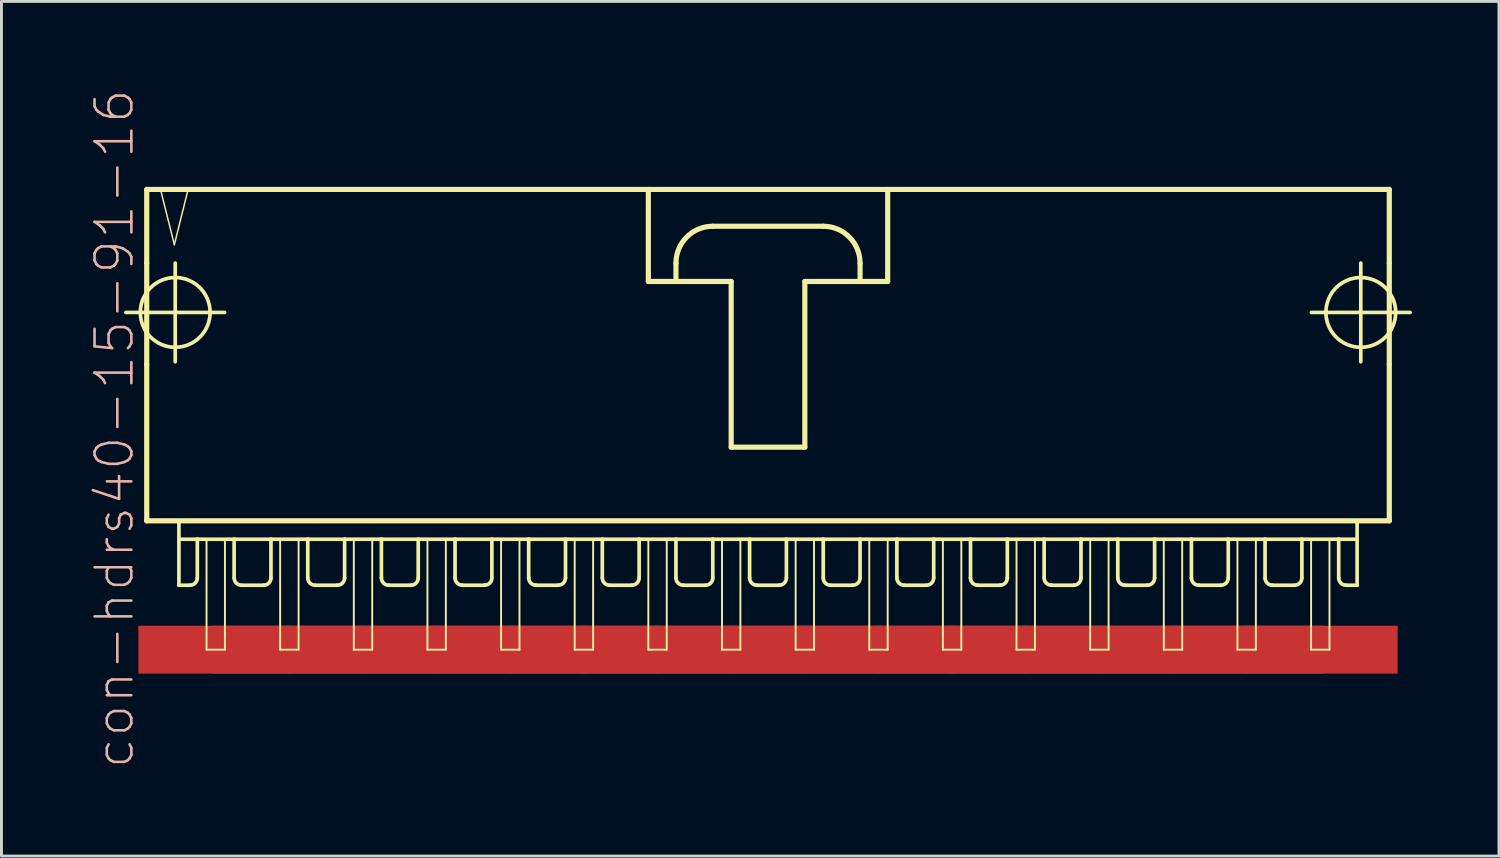
<source format=kicad_pcb>
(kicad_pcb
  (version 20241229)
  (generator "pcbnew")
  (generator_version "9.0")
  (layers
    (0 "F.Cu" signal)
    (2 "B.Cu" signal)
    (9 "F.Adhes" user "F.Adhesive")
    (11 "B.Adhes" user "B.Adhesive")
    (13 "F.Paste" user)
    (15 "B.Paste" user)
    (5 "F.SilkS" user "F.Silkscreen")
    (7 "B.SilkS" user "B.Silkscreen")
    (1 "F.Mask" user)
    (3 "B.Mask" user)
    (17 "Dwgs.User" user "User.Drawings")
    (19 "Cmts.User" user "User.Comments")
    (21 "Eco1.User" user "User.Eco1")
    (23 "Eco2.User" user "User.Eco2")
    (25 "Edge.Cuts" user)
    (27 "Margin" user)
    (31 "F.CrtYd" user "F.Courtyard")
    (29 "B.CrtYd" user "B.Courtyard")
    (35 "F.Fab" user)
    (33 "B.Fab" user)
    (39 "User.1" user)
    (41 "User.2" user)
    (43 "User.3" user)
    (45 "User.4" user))
  (footprint "con-hdrs40-15-91-16"
    (layer "F.Cu")
    (at 23.441 8.564)
    (property "Reference" "con-hdrs40-15-91-16" (at -22.543 3.175 90) (layer "B.SilkS") (effects (font (size 1.27 1.27) (thickness 0.089))))
    (attr smd)
    (fp_line (start -22.149 -0.838) (end -18.745 -0.838) (stroke (width 0.127) (type solid)) (layer "F.SilkS"))
    (fp_line (start -21.43 -5.08) (end -21.43 -2.54) (stroke (width 0.178) (type solid)) (layer "F.SilkS"))
    (fp_line (start -21.43 -2.54) (end -21.43 0.953) (stroke (width 0.178) (type solid)) (layer "F.SilkS"))
    (fp_line (start -21.43 0.953) (end -21.43 6.35) (stroke (width 0.178) (type solid)) (layer "F.SilkS"))
    (fp_line (start -21.43 6.35) (end 21.43 6.35) (stroke (width 0.178) (type solid)) (layer "F.SilkS"))
    (fp_line (start -20.955 -5.08) (end -20.477 -3.175) (stroke (width 0.051) (type solid)) (layer "F.SilkS"))
    (fp_line (start -20.477 -3.175) (end -20.003 -5.08) (stroke (width 0.051) (type solid)) (layer "F.SilkS"))
    (fp_line (start -20.447 0.864) (end -20.447 -2.54) (stroke (width 0.127) (type solid)) (layer "F.SilkS"))
    (fp_line (start -20.32 6.35) (end -20.32 8.572) (stroke (width 0.127) (type solid)) (layer "F.SilkS"))
    (fp_line (start -20.32 6.985) (end -19.685 6.985) (stroke (width 0.127) (type solid)) (layer "F.SilkS"))
    (fp_line (start -20.003 -5.08) (end -20.955 -5.08) (stroke (width 0.051) (type solid)) (layer "F.SilkS"))
    (fp_line (start -19.939 8.572) (end -20.32 8.572) (stroke (width 0.127) (type solid)) (layer "F.SilkS"))
    (fp_line (start -19.685 6.985) (end -19.685 8.319) (stroke (width 0.127) (type solid)) (layer "F.SilkS"))
    (fp_line (start -19.685 6.985) (end -18.415 6.985) (stroke (width 0.127) (type solid)) (layer "F.SilkS"))
    (fp_line (start -19.367 6.985) (end -18.733 6.985) (stroke (width 0.066) (type solid)) (layer "F.SilkS"))
    (fp_line (start -19.367 10.795) (end -19.367 6.985) (stroke (width 0.066) (type solid)) (layer "F.SilkS"))
    (fp_line (start -19.367 10.795) (end -18.733 10.795) (stroke (width 0.066) (type solid)) (layer "F.SilkS"))
    (fp_line (start -18.733 10.795) (end -18.733 6.985) (stroke (width 0.066) (type solid)) (layer "F.SilkS"))
    (fp_line (start -18.415 6.985) (end -18.415 8.319) (stroke (width 0.127) (type solid)) (layer "F.SilkS"))
    (fp_line (start -18.415 6.985) (end -17.145 6.985) (stroke (width 0.127) (type solid)) (layer "F.SilkS"))
    (fp_line (start -17.399 8.572) (end -18.161 8.572) (stroke (width 0.127) (type solid)) (layer "F.SilkS"))
    (fp_line (start -17.145 6.985) (end -17.145 8.319) (stroke (width 0.127) (type solid)) (layer "F.SilkS"))
    (fp_line (start -17.145 6.985) (end -15.875 6.985) (stroke (width 0.127) (type solid)) (layer "F.SilkS"))
    (fp_line (start -16.828 6.985) (end -16.192 6.985) (stroke (width 0.066) (type solid)) (layer "F.SilkS"))
    (fp_line (start -16.828 10.795) (end -16.828 6.985) (stroke (width 0.066) (type solid)) (layer "F.SilkS"))
    (fp_line (start -16.828 10.795) (end -16.192 10.795) (stroke (width 0.066) (type solid)) (layer "F.SilkS"))
    (fp_line (start -16.192 10.795) (end -16.192 6.985) (stroke (width 0.066) (type solid)) (layer "F.SilkS"))
    (fp_line (start -15.875 6.985) (end -15.875 8.319) (stroke (width 0.127) (type solid)) (layer "F.SilkS"))
    (fp_line (start -15.875 6.985) (end -14.605 6.985) (stroke (width 0.127) (type solid)) (layer "F.SilkS"))
    (fp_line (start -14.859 8.572) (end -15.621 8.572) (stroke (width 0.127) (type solid)) (layer "F.SilkS"))
    (fp_line (start -14.605 6.985) (end -14.605 8.319) (stroke (width 0.127) (type solid)) (layer "F.SilkS"))
    (fp_line (start -14.605 6.985) (end -13.335 6.985) (stroke (width 0.127) (type solid)) (layer "F.SilkS"))
    (fp_line (start -14.287 6.985) (end -13.652 6.985) (stroke (width 0.066) (type solid)) (layer "F.SilkS"))
    (fp_line (start -14.287 10.795) (end -14.287 6.985) (stroke (width 0.066) (type solid)) (layer "F.SilkS"))
    (fp_line (start -14.287 10.795) (end -13.652 10.795) (stroke (width 0.066) (type solid)) (layer "F.SilkS"))
    (fp_line (start -13.652 10.795) (end -13.652 6.985) (stroke (width 0.066) (type solid)) (layer "F.SilkS"))
    (fp_line (start -13.335 6.985) (end -13.335 8.319) (stroke (width 0.127) (type solid)) (layer "F.SilkS"))
    (fp_line (start -13.335 6.985) (end -12.065 6.985) (stroke (width 0.127) (type solid)) (layer "F.SilkS"))
    (fp_line (start -12.319 8.572) (end -13.081 8.572) (stroke (width 0.127) (type solid)) (layer "F.SilkS"))
    (fp_line (start -12.065 6.985) (end -12.065 8.319) (stroke (width 0.127) (type solid)) (layer "F.SilkS"))
    (fp_line (start -12.065 6.985) (end -10.795 6.985) (stroke (width 0.127) (type solid)) (layer "F.SilkS"))
    (fp_line (start -11.748 6.985) (end -11.113 6.985) (stroke (width 0.066) (type solid)) (layer "F.SilkS"))
    (fp_line (start -11.748 10.795) (end -11.748 6.985) (stroke (width 0.066) (type solid)) (layer "F.SilkS"))
    (fp_line (start -11.748 10.795) (end -11.113 10.795) (stroke (width 0.066) (type solid)) (layer "F.SilkS"))
    (fp_line (start -11.113 10.795) (end -11.113 6.985) (stroke (width 0.066) (type solid)) (layer "F.SilkS"))
    (fp_line (start -10.795 6.985) (end -10.795 8.319) (stroke (width 0.127) (type solid)) (layer "F.SilkS"))
    (fp_line (start -10.795 6.985) (end -9.525 6.985) (stroke (width 0.127) (type solid)) (layer "F.SilkS"))
    (fp_line (start -9.779 8.572) (end -10.541 8.572) (stroke (width 0.127) (type solid)) (layer "F.SilkS"))
    (fp_line (start -9.525 6.985) (end -9.525 8.319) (stroke (width 0.127) (type solid)) (layer "F.SilkS"))
    (fp_line (start -9.525 6.985) (end -8.255 6.985) (stroke (width 0.127) (type solid)) (layer "F.SilkS"))
    (fp_line (start -9.207 6.985) (end -8.572 6.985) (stroke (width 0.066) (type solid)) (layer "F.SilkS"))
    (fp_line (start -9.207 10.795) (end -9.207 6.985) (stroke (width 0.066) (type solid)) (layer "F.SilkS"))
    (fp_line (start -9.207 10.795) (end -8.572 10.795) (stroke (width 0.066) (type solid)) (layer "F.SilkS"))
    (fp_line (start -8.572 10.795) (end -8.572 6.985) (stroke (width 0.066) (type solid)) (layer "F.SilkS"))
    (fp_line (start -8.255 6.985) (end -8.255 8.319) (stroke (width 0.127) (type solid)) (layer "F.SilkS"))
    (fp_line (start -8.255 6.985) (end -6.985 6.985) (stroke (width 0.127) (type solid)) (layer "F.SilkS"))
    (fp_line (start -7.236 8.572) (end -8.001 8.572) (stroke (width 0.127) (type solid)) (layer "F.SilkS"))
    (fp_line (start -6.985 6.985) (end -6.985 8.319) (stroke (width 0.127) (type solid)) (layer "F.SilkS"))
    (fp_line (start -6.985 6.985) (end -5.715 6.985) (stroke (width 0.127) (type solid)) (layer "F.SilkS"))
    (fp_line (start -6.668 6.985) (end -6.032 6.985) (stroke (width 0.066) (type solid)) (layer "F.SilkS"))
    (fp_line (start -6.668 10.795) (end -6.668 6.985) (stroke (width 0.066) (type solid)) (layer "F.SilkS"))
    (fp_line (start -6.668 10.795) (end -6.032 10.795) (stroke (width 0.066) (type solid)) (layer "F.SilkS"))
    (fp_line (start -6.032 10.795) (end -6.032 6.985) (stroke (width 0.066) (type solid)) (layer "F.SilkS"))
    (fp_line (start -5.715 6.985) (end -5.715 8.319) (stroke (width 0.127) (type solid)) (layer "F.SilkS"))
    (fp_line (start -5.715 6.985) (end -4.445 6.985) (stroke (width 0.127) (type solid)) (layer "F.SilkS"))
    (fp_line (start -4.699 8.572) (end -5.461 8.572) (stroke (width 0.127) (type solid)) (layer "F.SilkS"))
    (fp_line (start -4.445 6.985) (end -4.445 8.319) (stroke (width 0.127) (type solid)) (layer "F.SilkS"))
    (fp_line (start -4.445 6.985) (end -3.175 6.985) (stroke (width 0.127) (type solid)) (layer "F.SilkS"))
    (fp_line (start -4.128 -5.08) (end -4.128 -1.905) (stroke (width 0.178) (type solid)) (layer "F.SilkS"))
    (fp_line (start -4.128 -1.905) (end -3.175 -1.905) (stroke (width 0.178) (type solid)) (layer "F.SilkS"))
    (fp_line (start -4.128 6.985) (end -3.493 6.985) (stroke (width 0.066) (type solid)) (layer "F.SilkS"))
    (fp_line (start -4.128 10.795) (end -4.128 6.985) (stroke (width 0.066) (type solid)) (layer "F.SilkS"))
    (fp_line (start -4.128 10.795) (end -3.493 10.795) (stroke (width 0.066) (type solid)) (layer "F.SilkS"))
    (fp_line (start -3.493 10.795) (end -3.493 6.985) (stroke (width 0.066) (type solid)) (layer "F.SilkS"))
    (fp_line (start -3.175 -1.905) (end -3.175 -2.54) (stroke (width 0.178) (type solid)) (layer "F.SilkS"))
    (fp_line (start -3.175 -1.905) (end -1.27 -1.905) (stroke (width 0.178) (type solid)) (layer "F.SilkS"))
    (fp_line (start -3.175 6.985) (end -3.175 8.319) (stroke (width 0.127) (type solid)) (layer "F.SilkS"))
    (fp_line (start -3.175 6.985) (end -1.905 6.985) (stroke (width 0.127) (type solid)) (layer "F.SilkS"))
    (fp_line (start -2.159 8.572) (end -2.921 8.572) (stroke (width 0.127) (type solid)) (layer "F.SilkS"))
    (fp_line (start -1.905 -3.81) (end 1.905 -3.81) (stroke (width 0.178) (type solid)) (layer "F.SilkS"))
    (fp_line (start -1.905 6.985) (end -1.905 8.319) (stroke (width 0.127) (type solid)) (layer "F.SilkS"))
    (fp_line (start -1.905 6.985) (end -0.635 6.985) (stroke (width 0.127) (type solid)) (layer "F.SilkS"))
    (fp_line (start -1.587 6.985) (end -0.953 6.985) (stroke (width 0.066) (type solid)) (layer "F.SilkS"))
    (fp_line (start -1.587 10.795) (end -1.587 6.985) (stroke (width 0.066) (type solid)) (layer "F.SilkS"))
    (fp_line (start -1.587 10.795) (end -0.953 10.795) (stroke (width 0.066) (type solid)) (layer "F.SilkS"))
    (fp_line (start -1.27 -1.905) (end -1.27 3.81) (stroke (width 0.178) (type solid)) (layer "F.SilkS"))
    (fp_line (start -1.27 3.81) (end 1.27 3.81) (stroke (width 0.178) (type solid)) (layer "F.SilkS"))
    (fp_line (start -0.953 10.795) (end -0.953 6.985) (stroke (width 0.066) (type solid)) (layer "F.SilkS"))
    (fp_line (start -0.635 6.985) (end -0.635 8.319) (stroke (width 0.127) (type solid)) (layer "F.SilkS"))
    (fp_line (start -0.635 6.985) (end 0.635 6.985) (stroke (width 0.127) (type solid)) (layer "F.SilkS"))
    (fp_line (start 0.381 8.572) (end -0.381 8.572) (stroke (width 0.127) (type solid)) (layer "F.SilkS"))
    (fp_line (start 0.635 6.985) (end 0.635 8.319) (stroke (width 0.127) (type solid)) (layer "F.SilkS"))
    (fp_line (start 0.635 6.985) (end 1.905 6.985) (stroke (width 0.127) (type solid)) (layer "F.SilkS"))
    (fp_line (start 0.953 6.985) (end 1.587 6.985) (stroke (width 0.066) (type solid)) (layer "F.SilkS"))
    (fp_line (start 0.953 10.795) (end 0.953 6.985) (stroke (width 0.066) (type solid)) (layer "F.SilkS"))
    (fp_line (start 0.953 10.795) (end 1.587 10.795) (stroke (width 0.066) (type solid)) (layer "F.SilkS"))
    (fp_line (start 1.27 -1.905) (end 3.175 -1.905) (stroke (width 0.178) (type solid)) (layer "F.SilkS"))
    (fp_line (start 1.27 3.81) (end 1.27 -1.905) (stroke (width 0.178) (type solid)) (layer "F.SilkS"))
    (fp_line (start 1.587 10.795) (end 1.587 6.985) (stroke (width 0.066) (type solid)) (layer "F.SilkS"))
    (fp_line (start 1.905 6.985) (end 1.905 8.319) (stroke (width 0.127) (type solid)) (layer "F.SilkS"))
    (fp_line (start 1.905 6.985) (end 3.175 6.985) (stroke (width 0.127) (type solid)) (layer "F.SilkS"))
    (fp_line (start 2.921 8.572) (end 2.159 8.572) (stroke (width 0.127) (type solid)) (layer "F.SilkS"))
    (fp_line (start 3.175 -2.54) (end 3.175 -1.905) (stroke (width 0.178) (type solid)) (layer "F.SilkS"))
    (fp_line (start 3.175 -1.905) (end 4.128 -1.905) (stroke (width 0.178) (type solid)) (layer "F.SilkS"))
    (fp_line (start 3.175 6.985) (end 3.175 8.319) (stroke (width 0.127) (type solid)) (layer "F.SilkS"))
    (fp_line (start 3.175 6.985) (end 4.445 6.985) (stroke (width 0.127) (type solid)) (layer "F.SilkS"))
    (fp_line (start 3.493 6.985) (end 4.128 6.985) (stroke (width 0.066) (type solid)) (layer "F.SilkS"))
    (fp_line (start 3.493 10.795) (end 3.493 6.985) (stroke (width 0.066) (type solid)) (layer "F.SilkS"))
    (fp_line (start 3.493 10.795) (end 4.128 10.795) (stroke (width 0.066) (type solid)) (layer "F.SilkS"))
    (fp_line (start 4.128 -1.905) (end 4.128 -5.08) (stroke (width 0.178) (type solid)) (layer "F.SilkS"))
    (fp_line (start 4.128 10.795) (end 4.128 6.985) (stroke (width 0.066) (type solid)) (layer "F.SilkS"))
    (fp_line (start 4.445 6.985) (end 4.445 8.319) (stroke (width 0.127) (type solid)) (layer "F.SilkS"))
    (fp_line (start 4.445 6.985) (end 5.715 6.985) (stroke (width 0.127) (type solid)) (layer "F.SilkS"))
    (fp_line (start 5.461 8.572) (end 4.699 8.572) (stroke (width 0.127) (type solid)) (layer "F.SilkS"))
    (fp_line (start 5.715 6.985) (end 5.715 8.319) (stroke (width 0.127) (type solid)) (layer "F.SilkS"))
    (fp_line (start 5.715 6.985) (end 6.985 6.985) (stroke (width 0.127) (type solid)) (layer "F.SilkS"))
    (fp_line (start 6.032 6.985) (end 6.668 6.985) (stroke (width 0.066) (type solid)) (layer "F.SilkS"))
    (fp_line (start 6.032 10.795) (end 6.032 6.985) (stroke (width 0.066) (type solid)) (layer "F.SilkS"))
    (fp_line (start 6.032 10.795) (end 6.668 10.795) (stroke (width 0.066) (type solid)) (layer "F.SilkS"))
    (fp_line (start 6.668 10.795) (end 6.668 6.985) (stroke (width 0.066) (type solid)) (layer "F.SilkS"))
    (fp_line (start 6.985 6.985) (end 6.985 8.319) (stroke (width 0.127) (type solid)) (layer "F.SilkS"))
    (fp_line (start 6.985 6.985) (end 8.255 6.985) (stroke (width 0.127) (type solid)) (layer "F.SilkS"))
    (fp_line (start 7.236 8.572) (end 8.001 8.572) (stroke (width 0.127) (type solid)) (layer "F.SilkS"))
    (fp_line (start 8.255 6.985) (end 9.525 6.985) (stroke (width 0.127) (type solid)) (layer "F.SilkS"))
    (fp_line (start 8.255 8.319) (end 8.255 6.985) (stroke (width 0.127) (type solid)) (layer "F.SilkS"))
    (fp_line (start 8.572 6.985) (end 9.207 6.985) (stroke (width 0.066) (type solid)) (layer "F.SilkS"))
    (fp_line (start 8.572 10.795) (end 8.572 6.985) (stroke (width 0.066) (type solid)) (layer "F.SilkS"))
    (fp_line (start 8.572 10.795) (end 9.207 10.795) (stroke (width 0.066) (type solid)) (layer "F.SilkS"))
    (fp_line (start 9.207 10.795) (end 9.207 6.985) (stroke (width 0.066) (type solid)) (layer "F.SilkS"))
    (fp_line (start 9.525 6.985) (end 9.525 8.319) (stroke (width 0.127) (type solid)) (layer "F.SilkS"))
    (fp_line (start 9.525 6.985) (end 10.795 6.985) (stroke (width 0.127) (type solid)) (layer "F.SilkS"))
    (fp_line (start 9.779 8.572) (end 10.541 8.572) (stroke (width 0.127) (type solid)) (layer "F.SilkS"))
    (fp_line (start 10.795 6.985) (end 12.065 6.985) (stroke (width 0.127) (type solid)) (layer "F.SilkS"))
    (fp_line (start 10.795 8.319) (end 10.795 6.985) (stroke (width 0.127) (type solid)) (layer "F.SilkS"))
    (fp_line (start 11.113 6.985) (end 11.748 6.985) (stroke (width 0.066) (type solid)) (layer "F.SilkS"))
    (fp_line (start 11.113 10.795) (end 11.113 6.985) (stroke (width 0.066) (type solid)) (layer "F.SilkS"))
    (fp_line (start 11.113 10.795) (end 11.748 10.795) (stroke (width 0.066) (type solid)) (layer "F.SilkS"))
    (fp_line (start 11.748 10.795) (end 11.748 6.985) (stroke (width 0.066) (type solid)) (layer "F.SilkS"))
    (fp_line (start 12.065 6.985) (end 12.065 8.319) (stroke (width 0.127) (type solid)) (layer "F.SilkS"))
    (fp_line (start 12.065 6.985) (end 13.335 6.985) (stroke (width 0.127) (type solid)) (layer "F.SilkS"))
    (fp_line (start 12.319 8.572) (end 13.081 8.572) (stroke (width 0.127) (type solid)) (layer "F.SilkS"))
    (fp_line (start 13.335 6.985) (end 14.605 6.985) (stroke (width 0.127) (type solid)) (layer "F.SilkS"))
    (fp_line (start 13.335 8.319) (end 13.335 6.985) (stroke (width 0.127) (type solid)) (layer "F.SilkS"))
    (fp_line (start 13.652 6.985) (end 14.287 6.985) (stroke (width 0.066) (type solid)) (layer "F.SilkS"))
    (fp_line (start 13.652 10.795) (end 13.652 6.985) (stroke (width 0.066) (type solid)) (layer "F.SilkS"))
    (fp_line (start 13.652 10.795) (end 14.287 10.795) (stroke (width 0.066) (type solid)) (layer "F.SilkS"))
    (fp_line (start 14.287 10.795) (end 14.287 6.985) (stroke (width 0.066) (type solid)) (layer "F.SilkS"))
    (fp_line (start 14.605 6.985) (end 14.605 8.319) (stroke (width 0.127) (type solid)) (layer "F.SilkS"))
    (fp_line (start 14.605 6.985) (end 15.875 6.985) (stroke (width 0.127) (type solid)) (layer "F.SilkS"))
    (fp_line (start 14.859 8.572) (end 15.621 8.572) (stroke (width 0.127) (type solid)) (layer "F.SilkS"))
    (fp_line (start 15.875 6.985) (end 17.145 6.985) (stroke (width 0.127) (type solid)) (layer "F.SilkS"))
    (fp_line (start 15.875 8.319) (end 15.875 6.985) (stroke (width 0.127) (type solid)) (layer "F.SilkS"))
    (fp_line (start 16.192 6.985) (end 16.828 6.985) (stroke (width 0.066) (type solid)) (layer "F.SilkS"))
    (fp_line (start 16.192 10.795) (end 16.192 6.985) (stroke (width 0.066) (type solid)) (layer "F.SilkS"))
    (fp_line (start 16.192 10.795) (end 16.828 10.795) (stroke (width 0.066) (type solid)) (layer "F.SilkS"))
    (fp_line (start 16.828 10.795) (end 16.828 6.985) (stroke (width 0.066) (type solid)) (layer "F.SilkS"))
    (fp_line (start 17.145 6.985) (end 17.145 8.319) (stroke (width 0.127) (type solid)) (layer "F.SilkS"))
    (fp_line (start 17.145 6.985) (end 18.415 6.985) (stroke (width 0.127) (type solid)) (layer "F.SilkS"))
    (fp_line (start 17.399 8.572) (end 18.161 8.572) (stroke (width 0.127) (type solid)) (layer "F.SilkS"))
    (fp_line (start 18.415 6.985) (end 19.685 6.985) (stroke (width 0.127) (type solid)) (layer "F.SilkS"))
    (fp_line (start 18.415 8.319) (end 18.415 6.985) (stroke (width 0.127) (type solid)) (layer "F.SilkS"))
    (fp_line (start 18.733 6.985) (end 19.367 6.985) (stroke (width 0.066) (type solid)) (layer "F.SilkS"))
    (fp_line (start 18.733 10.795) (end 18.733 6.985) (stroke (width 0.066) (type solid)) (layer "F.SilkS"))
    (fp_line (start 18.733 10.795) (end 19.367 10.795) (stroke (width 0.066) (type solid)) (layer "F.SilkS"))
    (fp_line (start 18.745 -0.838) (end 22.149 -0.838) (stroke (width 0.127) (type solid)) (layer "F.SilkS"))
    (fp_line (start 19.367 10.795) (end 19.367 6.985) (stroke (width 0.066) (type solid)) (layer "F.SilkS"))
    (fp_line (start 19.685 6.985) (end 19.685 8.319) (stroke (width 0.127) (type solid)) (layer "F.SilkS"))
    (fp_line (start 19.685 6.985) (end 20.32 6.985) (stroke (width 0.127) (type solid)) (layer "F.SilkS"))
    (fp_line (start 19.939 8.572) (end 20.32 8.572) (stroke (width 0.127) (type solid)) (layer "F.SilkS"))
    (fp_line (start 20.32 8.572) (end 20.32 6.35) (stroke (width 0.127) (type solid)) (layer "F.SilkS"))
    (fp_line (start 20.447 0.864) (end 20.447 -2.54) (stroke (width 0.127) (type solid)) (layer "F.SilkS"))
    (fp_line (start 21.43 -5.08) (end -21.43 -5.08) (stroke (width 0.178) (type solid)) (layer "F.SilkS"))
    (fp_line (start 21.43 -2.54) (end 21.43 -5.08) (stroke (width 0.178) (type solid)) (layer "F.SilkS"))
    (fp_line (start 21.43 -2.54) (end 21.43 0.953) (stroke (width 0.178) (type solid)) (layer "F.SilkS"))
    (fp_line (start 21.43 6.35) (end 21.43 0.953) (stroke (width 0.178) (type solid)) (layer "F.SilkS"))
    (fp_arc (start -19.685 8.3185) (mid -19.759395 8.498105) (end -19.939 8.5725) (stroke (width 0.127) (type solid)) (layer "F.SilkS"))
    (fp_arc (start -18.161 8.5725) (mid -18.340605 8.498105) (end -18.415 8.3185) (stroke (width 0.127) (type solid)) (layer "F.SilkS"))
    (fp_arc (start -17.145 8.3185) (mid -17.219395 8.498105) (end -17.399 8.5725) (stroke (width 0.127) (type solid)) (layer "F.SilkS"))
    (fp_arc (start -15.621 8.5725) (mid -15.800605 8.498105) (end -15.875 8.3185) (stroke (width 0.127) (type solid)) (layer "F.SilkS"))
    (fp_arc (start -14.605 8.3185) (mid -14.679395 8.498105) (end -14.859 8.5725) (stroke (width 0.127) (type solid)) (layer "F.SilkS"))
    (fp_arc (start -13.081 8.5725) (mid -13.260605 8.498105) (end -13.335 8.3185) (stroke (width 0.127) (type solid)) (layer "F.SilkS"))
    (fp_arc (start -12.065 8.3185) (mid -12.139395 8.498105) (end -12.319 8.5725) (stroke (width 0.127) (type solid)) (layer "F.SilkS"))
    (fp_arc (start -10.541 8.5725) (mid -10.720605 8.498105) (end -10.795 8.3185) (stroke (width 0.127) (type solid)) (layer "F.SilkS"))
    (fp_arc (start -9.525 8.3185) (mid -9.599395 8.498105) (end -9.779 8.5725) (stroke (width 0.127) (type solid)) (layer "F.SilkS"))
    (fp_arc (start -8.001 8.5725) (mid -8.180605 8.498105) (end -8.255 8.3185) (stroke (width 0.127) (type solid)) (layer "F.SilkS"))
    (fp_arc (start -6.985 8.3185) (mid -7.058651 8.496309) (end -7.23646 8.56996) (stroke (width 0.127) (type solid)) (layer "F.SilkS"))
    (fp_arc (start -5.461 8.5725) (mid -5.640605 8.498105) (end -5.715 8.3185) (stroke (width 0.127) (type solid)) (layer "F.SilkS"))
    (fp_arc (start -4.445 8.3185) (mid -4.519395 8.498105) (end -4.699 8.5725) (stroke (width 0.127) (type solid)) (layer "F.SilkS"))
    (fp_arc (start -3.175 -2.54) (mid -2.803026 -3.438026) (end -1.905 -3.81) (stroke (width 0.1778) (type solid)) (layer "F.SilkS"))
    (fp_arc (start -2.921 8.5725) (mid -3.100605 8.498105) (end -3.175 8.3185) (stroke (width 0.127) (type solid)) (layer "F.SilkS"))
    (fp_arc (start -1.905 8.3185) (mid -1.979395 8.498105) (end -2.159 8.5725) (stroke (width 0.127) (type solid)) (layer "F.SilkS"))
    (fp_arc (start -0.381 8.5725) (mid -0.560605 8.498105) (end -0.635 8.3185) (stroke (width 0.127) (type solid)) (layer "F.SilkS"))
    (fp_arc (start 0.635 8.3185) (mid 0.560605 8.498105) (end 0.381 8.5725) (stroke (width 0.127) (type solid)) (layer "F.SilkS"))
    (fp_arc (start 1.905 -3.81) (mid 2.803026 -3.438026) (end 3.175 -2.54) (stroke (width 0.1778) (type solid)) (layer "F.SilkS"))
    (fp_arc (start 2.159 8.5725) (mid 1.979395 8.498105) (end 1.905 8.3185) (stroke (width 0.127) (type solid)) (layer "F.SilkS"))
    (fp_arc (start 3.175 8.3185) (mid 3.100605 8.498105) (end 2.921 8.5725) (stroke (width 0.127) (type solid)) (layer "F.SilkS"))
    (fp_arc (start 4.699 8.5725) (mid 4.519395 8.498105) (end 4.445 8.3185) (stroke (width 0.127) (type solid)) (layer "F.SilkS"))
    (fp_arc (start 5.715 8.3185) (mid 5.640605 8.498105) (end 5.461 8.5725) (stroke (width 0.127) (type solid)) (layer "F.SilkS"))
    (fp_arc (start 7.23646 8.5725) (mid 7.056855 8.498105) (end 6.98246 8.3185) (stroke (width 0.127) (type solid)) (layer "F.SilkS"))
    (fp_arc (start 8.255 8.3185) (mid 8.180605 8.498105) (end 8.001 8.5725) (stroke (width 0.127) (type solid)) (layer "F.SilkS"))
    (fp_arc (start 9.779 8.5725) (mid 9.599395 8.498105) (end 9.525 8.3185) (stroke (width 0.127) (type solid)) (layer "F.SilkS"))
    (fp_arc (start 10.795 8.3185) (mid 10.720605 8.498105) (end 10.541 8.5725) (stroke (width 0.127) (type solid)) (layer "F.SilkS"))
    (fp_arc (start 12.319 8.5725) (mid 12.139395 8.498105) (end 12.065 8.3185) (stroke (width 0.127) (type solid)) (layer "F.SilkS"))
    (fp_arc (start 13.335 8.3185) (mid 13.260605 8.498105) (end 13.081 8.5725) (stroke (width 0.127) (type solid)) (layer "F.SilkS"))
    (fp_arc (start 14.859 8.5725) (mid 14.679395 8.498105) (end 14.605 8.3185) (stroke (width 0.127) (type solid)) (layer "F.SilkS"))
    (fp_arc (start 15.875 8.3185) (mid 15.800605 8.498105) (end 15.621 8.5725) (stroke (width 0.127) (type solid)) (layer "F.SilkS"))
    (fp_arc (start 17.399 8.5725) (mid 17.219395 8.498105) (end 17.145 8.3185) (stroke (width 0.127) (type solid)) (layer "F.SilkS"))
    (fp_arc (start 18.415 8.3185) (mid 18.340605 8.498105) (end 18.161 8.5725) (stroke (width 0.127) (type solid)) (layer "F.SilkS"))
    (fp_arc (start 19.939 8.5725) (mid 19.759395 8.498105) (end 19.685 8.3185) (stroke (width 0.127) (type solid)) (layer "F.SilkS"))
    (fp_circle (center -20.447 -0.838) (end -21.298 -1.689) (stroke (width 0.127) (type solid)) (fill no) (layer "F.SilkS"))
    (fp_circle (center 20.447 -0.838) (end 21.298 -1.689) (stroke (width 0.127) (type solid)) (fill no) (layer "F.SilkS"))
    (pad "1" smd rect (at -19.05 10.795) (size 5.334 1.651) (layers "F.Cu" "F.Mask" "F.Paste"))
    (pad "2" smd rect (at -16.51 10.795) (size 5.334 1.651) (layers "F.Cu" "F.Mask" "F.Paste"))
    (pad "3" smd rect (at -13.97 10.795) (size 5.334 1.651) (layers "F.Cu" "F.Mask" "F.Paste"))
    (pad "4" smd rect (at -11.43 10.795) (size 5.334 1.651) (layers "F.Cu" "F.Mask" "F.Paste"))
    (pad "5" smd rect (at -8.89 10.795) (size 5.334 1.651) (layers "F.Cu" "F.Mask" "F.Paste"))
    (pad "6" smd rect (at -6.35 10.795) (size 5.334 1.651) (layers "F.Cu" "F.Mask" "F.Paste"))
    (pad "7" smd rect (at -3.81 10.795) (size 5.334 1.651) (layers "F.Cu" "F.Mask" "F.Paste"))
    (pad "8" smd rect (at -1.27 10.795) (size 5.334 1.651) (layers "F.Cu" "F.Mask" "F.Paste"))
    (pad "9" smd rect (at 1.27 10.795) (size 5.334 1.651) (layers "F.Cu" "F.Mask" "F.Paste"))
    (pad "10" smd rect (at 3.81 10.795) (size 5.334 1.651) (layers "F.Cu" "F.Mask" "F.Paste"))
    (pad "11" smd rect (at 6.35 10.795) (size 5.334 1.651) (layers "F.Cu" "F.Mask" "F.Paste"))
    (pad "12" smd rect (at 8.89 10.795) (size 5.334 1.651) (layers "F.Cu" "F.Mask" "F.Paste"))
    (pad "13" smd rect (at 11.43 10.795) (size 5.334 1.651) (layers "F.Cu" "F.Mask" "F.Paste"))
    (pad "14" smd rect (at 13.97 10.795) (size 5.334 1.651) (layers "F.Cu" "F.Mask" "F.Paste"))
    (pad "15" smd rect (at 16.51 10.795) (size 5.334 1.651) (layers "F.Cu" "F.Mask" "F.Paste"))
    (pad "16" smd rect (at 19.05 10.795) (size 5.334 1.651) (layers "F.Cu" "F.Mask" "F.Paste")))
  (gr_rect
    (start -3 -3)
    (end 48.654 26.477)
    (stroke (width 0.1) (type default))
    (fill no)
    (layer "Edge.Cuts")))
</source>
